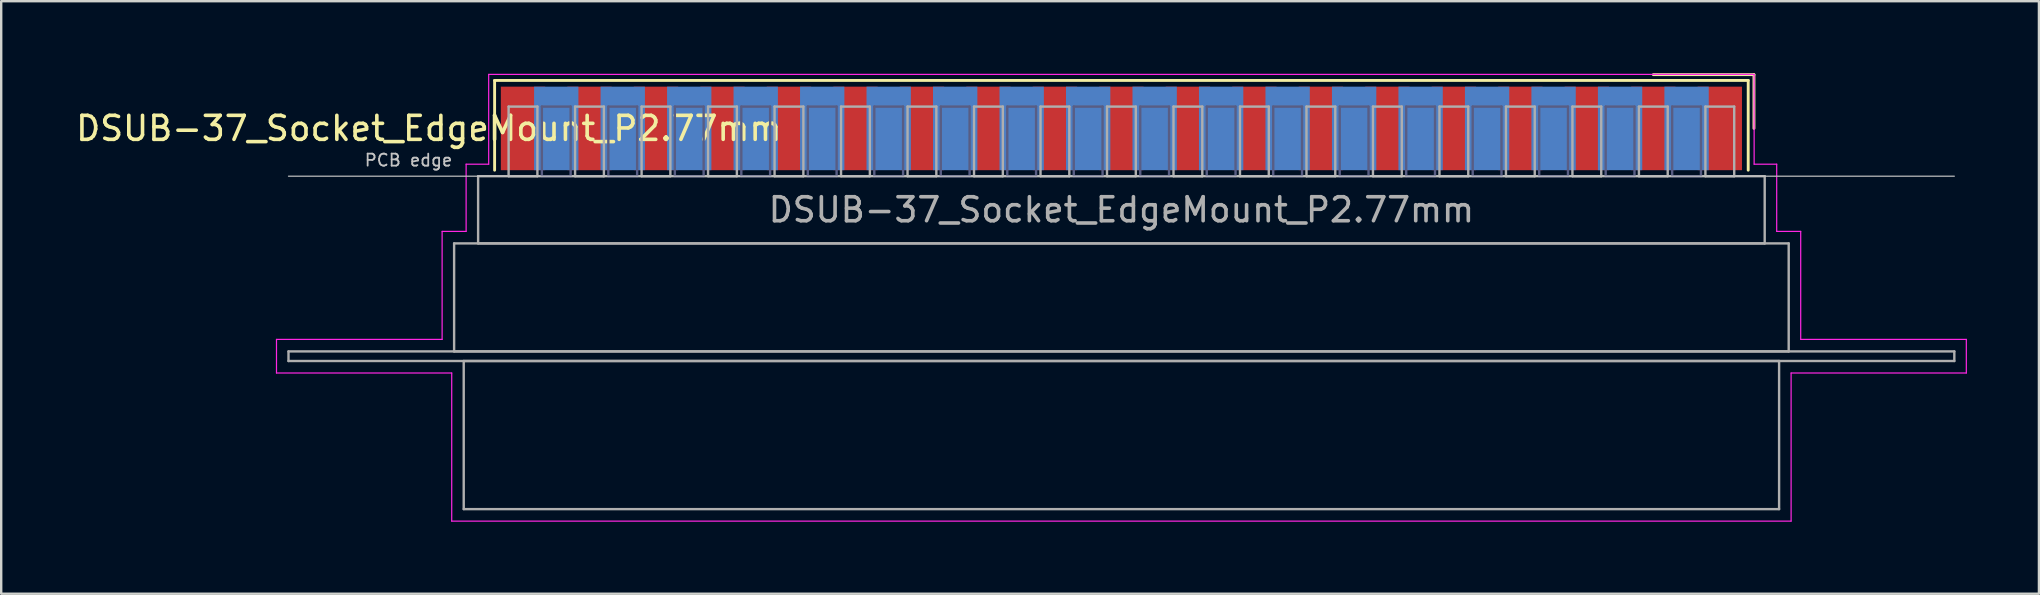
<source format=kicad_pcb>
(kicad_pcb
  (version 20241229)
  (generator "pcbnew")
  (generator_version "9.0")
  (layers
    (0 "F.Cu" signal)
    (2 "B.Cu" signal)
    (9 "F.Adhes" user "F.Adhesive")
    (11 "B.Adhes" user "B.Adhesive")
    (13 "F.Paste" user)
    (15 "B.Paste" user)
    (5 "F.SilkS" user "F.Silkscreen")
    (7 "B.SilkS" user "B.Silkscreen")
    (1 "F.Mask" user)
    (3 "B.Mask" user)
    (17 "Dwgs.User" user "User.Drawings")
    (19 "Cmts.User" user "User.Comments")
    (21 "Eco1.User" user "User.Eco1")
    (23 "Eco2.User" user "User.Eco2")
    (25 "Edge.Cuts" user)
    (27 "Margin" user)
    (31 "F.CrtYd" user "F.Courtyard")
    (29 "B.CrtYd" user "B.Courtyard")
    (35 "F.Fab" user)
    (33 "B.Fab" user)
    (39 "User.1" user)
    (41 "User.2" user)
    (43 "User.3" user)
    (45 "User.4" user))
  (footprint "DSUB-37_Socket_EdgeMount_P2.77mm"
    (layer "F.Cu")
    (at 43.669 2.3)
    (property "Reference" "DSUB-37_Socket_EdgeMount_P2.77mm" (at -28.853 0 0) (layer "F.SilkS") (effects (font (size 1 1) (thickness 0.15))))
    (attr smd)
    (fp_line (start -26.113 -2) (end -26.113 1.74) (stroke (width 0.12) (type solid)) (layer "F.SilkS"))
    (fp_line (start 26.113 -2) (end -26.113 -2) (stroke (width 0.12) (type solid)) (layer "F.SilkS"))
    (fp_line (start 26.113 1.74) (end 26.113 -2) (stroke (width 0.12) (type solid)) (layer "F.SilkS"))
    (fp_line (start 26.353 -2.24) (end 22.16 -2.24) (stroke (width 0.12) (type solid)) (layer "F.SilkS"))
    (fp_line (start 26.353 0) (end 26.353 -2.24) (stroke (width 0.12) (type solid)) (layer "F.SilkS"))
    (fp_line (start -34.7 1.99) (end 34.7 1.99) (stroke (width 0.05) (type solid)) (layer "Dwgs.User"))
    (fp_line (start -35.2 8.79) (end -28.3 8.79) (stroke (width 0.05) (type solid)) (layer "F.CrtYd"))
    (fp_line (start -35.2 10.19) (end -35.2 8.79) (stroke (width 0.05) (type solid)) (layer "F.CrtYd"))
    (fp_line (start -28.3 4.29) (end -27.3 4.29) (stroke (width 0.05) (type solid)) (layer "F.CrtYd"))
    (fp_line (start -28.3 8.79) (end -28.3 4.29) (stroke (width 0.05) (type solid)) (layer "F.CrtYd"))
    (fp_line (start -27.9 10.19) (end -35.2 10.19) (stroke (width 0.05) (type solid)) (layer "F.CrtYd"))
    (fp_line (start -27.9 16.36) (end -27.9 10.19) (stroke (width 0.05) (type solid)) (layer "F.CrtYd"))
    (fp_line (start -27.3 1.49) (end -26.36 1.49) (stroke (width 0.05) (type solid)) (layer "F.CrtYd"))
    (fp_line (start -27.3 4.29) (end -27.3 1.49) (stroke (width 0.05) (type solid)) (layer "F.CrtYd"))
    (fp_line (start -26.36 -2.25) (end 26.36 -2.25) (stroke (width 0.05) (type solid)) (layer "F.CrtYd"))
    (fp_line (start -26.36 1.49) (end -26.36 -2.25) (stroke (width 0.05) (type solid)) (layer "F.CrtYd"))
    (fp_line (start 26.36 -2.25) (end 26.36 1.49) (stroke (width 0.05) (type solid)) (layer "F.CrtYd"))
    (fp_line (start 26.36 1.49) (end 27.3 1.49) (stroke (width 0.05) (type solid)) (layer "F.CrtYd"))
    (fp_line (start 27.3 1.49) (end 27.3 4.29) (stroke (width 0.05) (type solid)) (layer "F.CrtYd"))
    (fp_line (start 27.3 4.29) (end 28.3 4.29) (stroke (width 0.05) (type solid)) (layer "F.CrtYd"))
    (fp_line (start 27.9 10.19) (end 27.9 16.36) (stroke (width 0.05) (type solid)) (layer "F.CrtYd"))
    (fp_line (start 27.9 16.36) (end -27.9 16.36) (stroke (width 0.05) (type solid)) (layer "F.CrtYd"))
    (fp_line (start 28.3 4.29) (end 28.3 8.79) (stroke (width 0.05) (type solid)) (layer "F.CrtYd"))
    (fp_line (start 28.3 8.79) (end 35.2 8.79) (stroke (width 0.05) (type solid)) (layer "F.CrtYd"))
    (fp_line (start 35.2 8.79) (end 35.2 10.19) (stroke (width 0.05) (type solid)) (layer "F.CrtYd"))
    (fp_line (start 35.2 10.19) (end 27.9 10.19) (stroke (width 0.05) (type solid)) (layer "F.CrtYd"))
    (fp_line (start -24.145 -0.91) (end -24.145 1.99) (stroke (width 0.1) (type solid)) (layer "B.Fab"))
    (fp_line (start -24.145 1.99) (end -22.945 1.99) (stroke (width 0.1) (type solid)) (layer "B.Fab"))
    (fp_line (start -22.945 -0.91) (end -24.145 -0.91) (stroke (width 0.1) (type solid)) (layer "B.Fab"))
    (fp_line (start -22.945 1.99) (end -22.945 -0.91) (stroke (width 0.1) (type solid)) (layer "B.Fab"))
    (fp_line (start -21.375 -0.91) (end -21.375 1.99) (stroke (width 0.1) (type solid)) (layer "B.Fab"))
    (fp_line (start -21.375 1.99) (end -20.175 1.99) (stroke (width 0.1) (type solid)) (layer "B.Fab"))
    (fp_line (start -20.175 -0.91) (end -21.375 -0.91) (stroke (width 0.1) (type solid)) (layer "B.Fab"))
    (fp_line (start -20.175 1.99) (end -20.175 -0.91) (stroke (width 0.1) (type solid)) (layer "B.Fab"))
    (fp_line (start -18.605 -0.91) (end -18.605 1.99) (stroke (width 0.1) (type solid)) (layer "B.Fab"))
    (fp_line (start -18.605 1.99) (end -17.405 1.99) (stroke (width 0.1) (type solid)) (layer "B.Fab"))
    (fp_line (start -17.405 -0.91) (end -18.605 -0.91) (stroke (width 0.1) (type solid)) (layer "B.Fab"))
    (fp_line (start -17.405 1.99) (end -17.405 -0.91) (stroke (width 0.1) (type solid)) (layer "B.Fab"))
    (fp_line (start -15.835 -0.91) (end -15.835 1.99) (stroke (width 0.1) (type solid)) (layer "B.Fab"))
    (fp_line (start -15.835 1.99) (end -14.635 1.99) (stroke (width 0.1) (type solid)) (layer "B.Fab"))
    (fp_line (start -14.635 -0.91) (end -15.835 -0.91) (stroke (width 0.1) (type solid)) (layer "B.Fab"))
    (fp_line (start -14.635 1.99) (end -14.635 -0.91) (stroke (width 0.1) (type solid)) (layer "B.Fab"))
    (fp_line (start -13.065 -0.91) (end -13.065 1.99) (stroke (width 0.1) (type solid)) (layer "B.Fab"))
    (fp_line (start -13.065 1.99) (end -11.865 1.99) (stroke (width 0.1) (type solid)) (layer "B.Fab"))
    (fp_line (start -11.865 -0.91) (end -13.065 -0.91) (stroke (width 0.1) (type solid)) (layer "B.Fab"))
    (fp_line (start -11.865 1.99) (end -11.865 -0.91) (stroke (width 0.1) (type solid)) (layer "B.Fab"))
    (fp_line (start -10.295 -0.91) (end -10.295 1.99) (stroke (width 0.1) (type solid)) (layer "B.Fab"))
    (fp_line (start -10.295 1.99) (end -9.095 1.99) (stroke (width 0.1) (type solid)) (layer "B.Fab"))
    (fp_line (start -9.095 -0.91) (end -10.295 -0.91) (stroke (width 0.1) (type solid)) (layer "B.Fab"))
    (fp_line (start -9.095 1.99) (end -9.095 -0.91) (stroke (width 0.1) (type solid)) (layer "B.Fab"))
    (fp_line (start -7.525 -0.91) (end -7.525 1.99) (stroke (width 0.1) (type solid)) (layer "B.Fab"))
    (fp_line (start -7.525 1.99) (end -6.325 1.99) (stroke (width 0.1) (type solid)) (layer "B.Fab"))
    (fp_line (start -6.325 -0.91) (end -7.525 -0.91) (stroke (width 0.1) (type solid)) (layer "B.Fab"))
    (fp_line (start -6.325 1.99) (end -6.325 -0.91) (stroke (width 0.1) (type solid)) (layer "B.Fab"))
    (fp_line (start -4.755 -0.91) (end -4.755 1.99) (stroke (width 0.1) (type solid)) (layer "B.Fab"))
    (fp_line (start -4.755 1.99) (end -3.555 1.99) (stroke (width 0.1) (type solid)) (layer "B.Fab"))
    (fp_line (start -3.555 -0.91) (end -4.755 -0.91) (stroke (width 0.1) (type solid)) (layer "B.Fab"))
    (fp_line (start -3.555 1.99) (end -3.555 -0.91) (stroke (width 0.1) (type solid)) (layer "B.Fab"))
    (fp_line (start -1.985 -0.91) (end -1.985 1.99) (stroke (width 0.1) (type solid)) (layer "B.Fab"))
    (fp_line (start -1.985 1.99) (end -0.785 1.99) (stroke (width 0.1) (type solid)) (layer "B.Fab"))
    (fp_line (start -0.785 -0.91) (end -1.985 -0.91) (stroke (width 0.1) (type solid)) (layer "B.Fab"))
    (fp_line (start -0.785 1.99) (end -0.785 -0.91) (stroke (width 0.1) (type solid)) (layer "B.Fab"))
    (fp_line (start 0.785 -0.91) (end 0.785 1.99) (stroke (width 0.1) (type solid)) (layer "B.Fab"))
    (fp_line (start 0.785 1.99) (end 1.985 1.99) (stroke (width 0.1) (type solid)) (layer "B.Fab"))
    (fp_line (start 1.985 -0.91) (end 0.785 -0.91) (stroke (width 0.1) (type solid)) (layer "B.Fab"))
    (fp_line (start 1.985 1.99) (end 1.985 -0.91) (stroke (width 0.1) (type solid)) (layer "B.Fab"))
    (fp_line (start 3.555 -0.91) (end 3.555 1.99) (stroke (width 0.1) (type solid)) (layer "B.Fab"))
    (fp_line (start 3.555 1.99) (end 4.755 1.99) (stroke (width 0.1) (type solid)) (layer "B.Fab"))
    (fp_line (start 4.755 -0.91) (end 3.555 -0.91) (stroke (width 0.1) (type solid)) (layer "B.Fab"))
    (fp_line (start 4.755 1.99) (end 4.755 -0.91) (stroke (width 0.1) (type solid)) (layer "B.Fab"))
    (fp_line (start 6.325 -0.91) (end 6.325 1.99) (stroke (width 0.1) (type solid)) (layer "B.Fab"))
    (fp_line (start 6.325 1.99) (end 7.525 1.99) (stroke (width 0.1) (type solid)) (layer "B.Fab"))
    (fp_line (start 7.525 -0.91) (end 6.325 -0.91) (stroke (width 0.1) (type solid)) (layer "B.Fab"))
    (fp_line (start 7.525 1.99) (end 7.525 -0.91) (stroke (width 0.1) (type solid)) (layer "B.Fab"))
    (fp_line (start 9.095 -0.91) (end 9.095 1.99) (stroke (width 0.1) (type solid)) (layer "B.Fab"))
    (fp_line (start 9.095 1.99) (end 10.295 1.99) (stroke (width 0.1) (type solid)) (layer "B.Fab"))
    (fp_line (start 10.295 -0.91) (end 9.095 -0.91) (stroke (width 0.1) (type solid)) (layer "B.Fab"))
    (fp_line (start 10.295 1.99) (end 10.295 -0.91) (stroke (width 0.1) (type solid)) (layer "B.Fab"))
    (fp_line (start 11.865 -0.91) (end 11.865 1.99) (stroke (width 0.1) (type solid)) (layer "B.Fab"))
    (fp_line (start 11.865 1.99) (end 13.065 1.99) (stroke (width 0.1) (type solid)) (layer "B.Fab"))
    (fp_line (start 13.065 -0.91) (end 11.865 -0.91) (stroke (width 0.1) (type solid)) (layer "B.Fab"))
    (fp_line (start 13.065 1.99) (end 13.065 -0.91) (stroke (width 0.1) (type solid)) (layer "B.Fab"))
    (fp_line (start 14.635 -0.91) (end 14.635 1.99) (stroke (width 0.1) (type solid)) (layer "B.Fab"))
    (fp_line (start 14.635 1.99) (end 15.835 1.99) (stroke (width 0.1) (type solid)) (layer "B.Fab"))
    (fp_line (start 15.835 -0.91) (end 14.635 -0.91) (stroke (width 0.1) (type solid)) (layer "B.Fab"))
    (fp_line (start 15.835 1.99) (end 15.835 -0.91) (stroke (width 0.1) (type solid)) (layer "B.Fab"))
    (fp_line (start 17.405 -0.91) (end 17.405 1.99) (stroke (width 0.1) (type solid)) (layer "B.Fab"))
    (fp_line (start 17.405 1.99) (end 18.605 1.99) (stroke (width 0.1) (type solid)) (layer "B.Fab"))
    (fp_line (start 18.605 -0.91) (end 17.405 -0.91) (stroke (width 0.1) (type solid)) (layer "B.Fab"))
    (fp_line (start 18.605 1.99) (end 18.605 -0.91) (stroke (width 0.1) (type solid)) (layer "B.Fab"))
    (fp_line (start 20.175 -0.91) (end 20.175 1.99) (stroke (width 0.1) (type solid)) (layer "B.Fab"))
    (fp_line (start 20.175 1.99) (end 21.375 1.99) (stroke (width 0.1) (type solid)) (layer "B.Fab"))
    (fp_line (start 21.375 -0.91) (end 20.175 -0.91) (stroke (width 0.1) (type solid)) (layer "B.Fab"))
    (fp_line (start 21.375 1.99) (end 21.375 -0.91) (stroke (width 0.1) (type solid)) (layer "B.Fab"))
    (fp_line (start 22.945 -0.91) (end 22.945 1.99) (stroke (width 0.1) (type solid)) (layer "B.Fab"))
    (fp_line (start 22.945 1.99) (end 24.145 1.99) (stroke (width 0.1) (type solid)) (layer "B.Fab"))
    (fp_line (start 24.145 -0.91) (end 22.945 -0.91) (stroke (width 0.1) (type solid)) (layer "B.Fab"))
    (fp_line (start 24.145 1.99) (end 24.145 -0.91) (stroke (width 0.1) (type solid)) (layer "B.Fab"))
    (fp_line (start -34.7 9.29) (end -34.7 9.69) (stroke (width 0.1) (type solid)) (layer "F.Fab"))
    (fp_line (start -34.7 9.69) (end 34.7 9.69) (stroke (width 0.1) (type solid)) (layer "F.Fab"))
    (fp_line (start -27.8 4.79) (end -27.8 9.29) (stroke (width 0.1) (type solid)) (layer "F.Fab"))
    (fp_line (start -27.8 9.29) (end 27.8 9.29) (stroke (width 0.1) (type solid)) (layer "F.Fab"))
    (fp_line (start -27.4 9.69) (end -27.4 15.86) (stroke (width 0.1) (type solid)) (layer "F.Fab"))
    (fp_line (start -27.4 15.86) (end 27.4 15.86) (stroke (width 0.1) (type solid)) (layer "F.Fab"))
    (fp_line (start -26.8 1.99) (end -26.8 4.79) (stroke (width 0.1) (type solid)) (layer "F.Fab"))
    (fp_line (start -26.8 4.79) (end 26.8 4.79) (stroke (width 0.1) (type solid)) (layer "F.Fab"))
    (fp_line (start -25.53 -0.91) (end -25.53 1.99) (stroke (width 0.1) (type solid)) (layer "F.Fab"))
    (fp_line (start -25.53 1.99) (end -24.33 1.99) (stroke (width 0.1) (type solid)) (layer "F.Fab"))
    (fp_line (start -24.33 -0.91) (end -25.53 -0.91) (stroke (width 0.1) (type solid)) (layer "F.Fab"))
    (fp_line (start -24.33 1.99) (end -24.33 -0.91) (stroke (width 0.1) (type solid)) (layer "F.Fab"))
    (fp_line (start -22.76 -0.91) (end -22.76 1.99) (stroke (width 0.1) (type solid)) (layer "F.Fab"))
    (fp_line (start -22.76 1.99) (end -21.56 1.99) (stroke (width 0.1) (type solid)) (layer "F.Fab"))
    (fp_line (start -21.56 -0.91) (end -22.76 -0.91) (stroke (width 0.1) (type solid)) (layer "F.Fab"))
    (fp_line (start -21.56 1.99) (end -21.56 -0.91) (stroke (width 0.1) (type solid)) (layer "F.Fab"))
    (fp_line (start -19.99 -0.91) (end -19.99 1.99) (stroke (width 0.1) (type solid)) (layer "F.Fab"))
    (fp_line (start -19.99 1.99) (end -18.79 1.99) (stroke (width 0.1) (type solid)) (layer "F.Fab"))
    (fp_line (start -18.79 -0.91) (end -19.99 -0.91) (stroke (width 0.1) (type solid)) (layer "F.Fab"))
    (fp_line (start -18.79 1.99) (end -18.79 -0.91) (stroke (width 0.1) (type solid)) (layer "F.Fab"))
    (fp_line (start -17.22 -0.91) (end -17.22 1.99) (stroke (width 0.1) (type solid)) (layer "F.Fab"))
    (fp_line (start -17.22 1.99) (end -16.02 1.99) (stroke (width 0.1) (type solid)) (layer "F.Fab"))
    (fp_line (start -16.02 -0.91) (end -17.22 -0.91) (stroke (width 0.1) (type solid)) (layer "F.Fab"))
    (fp_line (start -16.02 1.99) (end -16.02 -0.91) (stroke (width 0.1) (type solid)) (layer "F.Fab"))
    (fp_line (start -14.45 -0.91) (end -14.45 1.99) (stroke (width 0.1) (type solid)) (layer "F.Fab"))
    (fp_line (start -14.45 1.99) (end -13.25 1.99) (stroke (width 0.1) (type solid)) (layer "F.Fab"))
    (fp_line (start -13.25 -0.91) (end -14.45 -0.91) (stroke (width 0.1) (type solid)) (layer "F.Fab"))
    (fp_line (start -13.25 1.99) (end -13.25 -0.91) (stroke (width 0.1) (type solid)) (layer "F.Fab"))
    (fp_line (start -11.68 -0.91) (end -11.68 1.99) (stroke (width 0.1) (type solid)) (layer "F.Fab"))
    (fp_line (start -11.68 1.99) (end -10.48 1.99) (stroke (width 0.1) (type solid)) (layer "F.Fab"))
    (fp_line (start -10.48 -0.91) (end -11.68 -0.91) (stroke (width 0.1) (type solid)) (layer "F.Fab"))
    (fp_line (start -10.48 1.99) (end -10.48 -0.91) (stroke (width 0.1) (type solid)) (layer "F.Fab"))
    (fp_line (start -8.91 -0.91) (end -8.91 1.99) (stroke (width 0.1) (type solid)) (layer "F.Fab"))
    (fp_line (start -8.91 1.99) (end -7.71 1.99) (stroke (width 0.1) (type solid)) (layer "F.Fab"))
    (fp_line (start -7.71 -0.91) (end -8.91 -0.91) (stroke (width 0.1) (type solid)) (layer "F.Fab"))
    (fp_line (start -7.71 1.99) (end -7.71 -0.91) (stroke (width 0.1) (type solid)) (layer "F.Fab"))
    (fp_line (start -6.14 -0.91) (end -6.14 1.99) (stroke (width 0.1) (type solid)) (layer "F.Fab"))
    (fp_line (start -6.14 1.99) (end -4.94 1.99) (stroke (width 0.1) (type solid)) (layer "F.Fab"))
    (fp_line (start -4.94 -0.91) (end -6.14 -0.91) (stroke (width 0.1) (type solid)) (layer "F.Fab"))
    (fp_line (start -4.94 1.99) (end -4.94 -0.91) (stroke (width 0.1) (type solid)) (layer "F.Fab"))
    (fp_line (start -3.37 -0.91) (end -3.37 1.99) (stroke (width 0.1) (type solid)) (layer "F.Fab"))
    (fp_line (start -3.37 1.99) (end -2.17 1.99) (stroke (width 0.1) (type solid)) (layer "F.Fab"))
    (fp_line (start -2.17 -0.91) (end -3.37 -0.91) (stroke (width 0.1) (type solid)) (layer "F.Fab"))
    (fp_line (start -2.17 1.99) (end -2.17 -0.91) (stroke (width 0.1) (type solid)) (layer "F.Fab"))
    (fp_line (start -0.6 -0.91) (end -0.6 1.99) (stroke (width 0.1) (type solid)) (layer "F.Fab"))
    (fp_line (start -0.6 1.99) (end 0.6 1.99) (stroke (width 0.1) (type solid)) (layer "F.Fab"))
    (fp_line (start 0.6 -0.91) (end -0.6 -0.91) (stroke (width 0.1) (type solid)) (layer "F.Fab"))
    (fp_line (start 0.6 1.99) (end 0.6 -0.91) (stroke (width 0.1) (type solid)) (layer "F.Fab"))
    (fp_line (start 2.17 -0.91) (end 2.17 1.99) (stroke (width 0.1) (type solid)) (layer "F.Fab"))
    (fp_line (start 2.17 1.99) (end 3.37 1.99) (stroke (width 0.1) (type solid)) (layer "F.Fab"))
    (fp_line (start 3.37 -0.91) (end 2.17 -0.91) (stroke (width 0.1) (type solid)) (layer "F.Fab"))
    (fp_line (start 3.37 1.99) (end 3.37 -0.91) (stroke (width 0.1) (type solid)) (layer "F.Fab"))
    (fp_line (start 4.94 -0.91) (end 4.94 1.99) (stroke (width 0.1) (type solid)) (layer "F.Fab"))
    (fp_line (start 4.94 1.99) (end 6.14 1.99) (stroke (width 0.1) (type solid)) (layer "F.Fab"))
    (fp_line (start 6.14 -0.91) (end 4.94 -0.91) (stroke (width 0.1) (type solid)) (layer "F.Fab"))
    (fp_line (start 6.14 1.99) (end 6.14 -0.91) (stroke (width 0.1) (type solid)) (layer "F.Fab"))
    (fp_line (start 7.71 -0.91) (end 7.71 1.99) (stroke (width 0.1) (type solid)) (layer "F.Fab"))
    (fp_line (start 7.71 1.99) (end 8.91 1.99) (stroke (width 0.1) (type solid)) (layer "F.Fab"))
    (fp_line (start 8.91 -0.91) (end 7.71 -0.91) (stroke (width 0.1) (type solid)) (layer "F.Fab"))
    (fp_line (start 8.91 1.99) (end 8.91 -0.91) (stroke (width 0.1) (type solid)) (layer "F.Fab"))
    (fp_line (start 10.48 -0.91) (end 10.48 1.99) (stroke (width 0.1) (type solid)) (layer "F.Fab"))
    (fp_line (start 10.48 1.99) (end 11.68 1.99) (stroke (width 0.1) (type solid)) (layer "F.Fab"))
    (fp_line (start 11.68 -0.91) (end 10.48 -0.91) (stroke (width 0.1) (type solid)) (layer "F.Fab"))
    (fp_line (start 11.68 1.99) (end 11.68 -0.91) (stroke (width 0.1) (type solid)) (layer "F.Fab"))
    (fp_line (start 13.25 -0.91) (end 13.25 1.99) (stroke (width 0.1) (type solid)) (layer "F.Fab"))
    (fp_line (start 13.25 1.99) (end 14.45 1.99) (stroke (width 0.1) (type solid)) (layer "F.Fab"))
    (fp_line (start 14.45 -0.91) (end 13.25 -0.91) (stroke (width 0.1) (type solid)) (layer "F.Fab"))
    (fp_line (start 14.45 1.99) (end 14.45 -0.91) (stroke (width 0.1) (type solid)) (layer "F.Fab"))
    (fp_line (start 16.02 -0.91) (end 16.02 1.99) (stroke (width 0.1) (type solid)) (layer "F.Fab"))
    (fp_line (start 16.02 1.99) (end 17.22 1.99) (stroke (width 0.1) (type solid)) (layer "F.Fab"))
    (fp_line (start 17.22 -0.91) (end 16.02 -0.91) (stroke (width 0.1) (type solid)) (layer "F.Fab"))
    (fp_line (start 17.22 1.99) (end 17.22 -0.91) (stroke (width 0.1) (type solid)) (layer "F.Fab"))
    (fp_line (start 18.79 -0.91) (end 18.79 1.99) (stroke (width 0.1) (type solid)) (layer "F.Fab"))
    (fp_line (start 18.79 1.99) (end 19.99 1.99) (stroke (width 0.1) (type solid)) (layer "F.Fab"))
    (fp_line (start 19.99 -0.91) (end 18.79 -0.91) (stroke (width 0.1) (type solid)) (layer "F.Fab"))
    (fp_line (start 19.99 1.99) (end 19.99 -0.91) (stroke (width 0.1) (type solid)) (layer "F.Fab"))
    (fp_line (start 21.56 -0.91) (end 21.56 1.99) (stroke (width 0.1) (type solid)) (layer "F.Fab"))
    (fp_line (start 21.56 1.99) (end 22.76 1.99) (stroke (width 0.1) (type solid)) (layer "F.Fab"))
    (fp_line (start 22.76 -0.91) (end 21.56 -0.91) (stroke (width 0.1) (type solid)) (layer "F.Fab"))
    (fp_line (start 22.76 1.99) (end 22.76 -0.91) (stroke (width 0.1) (type solid)) (layer "F.Fab"))
    (fp_line (start 24.33 -0.91) (end 24.33 1.99) (stroke (width 0.1) (type solid)) (layer "F.Fab"))
    (fp_line (start 24.33 1.99) (end 25.53 1.99) (stroke (width 0.1) (type solid)) (layer "F.Fab"))
    (fp_line (start 25.53 -0.91) (end 24.33 -0.91) (stroke (width 0.1) (type solid)) (layer "F.Fab"))
    (fp_line (start 25.53 1.99) (end 25.53 -0.91) (stroke (width 0.1) (type solid)) (layer "F.Fab"))
    (fp_line (start 26.8 1.99) (end -26.8 1.99) (stroke (width 0.1) (type solid)) (layer "F.Fab"))
    (fp_line (start 26.8 4.79) (end 26.8 1.99) (stroke (width 0.1) (type solid)) (layer "F.Fab"))
    (fp_line (start 27.4 9.69) (end -27.4 9.69) (stroke (width 0.1) (type solid)) (layer "F.Fab"))
    (fp_line (start 27.4 15.86) (end 27.4 9.69) (stroke (width 0.1) (type solid)) (layer "F.Fab"))
    (fp_line (start 27.8 4.79) (end -27.8 4.79) (stroke (width 0.1) (type solid)) (layer "F.Fab"))
    (fp_line (start 27.8 9.29) (end 27.8 4.79) (stroke (width 0.1) (type solid)) (layer "F.Fab"))
    (fp_line (start 34.7 9.29) (end -34.7 9.29) (stroke (width 0.1) (type solid)) (layer "F.Fab"))
    (fp_line (start 34.7 9.69) (end 34.7 9.29) (stroke (width 0.1) (type solid)) (layer "F.Fab"))
    (fp_text user "PCB edge" (at -29.7 1.323 0) (layer "Dwgs.User") (effects (font (size 0.5 0.5) (thickness 0.075))))
    (fp_text user "${REFERENCE}" (at 0 3.39 0) (layer "F.Fab") (effects (font (size 1 1) (thickness 0.15))))
    (pad "1" smd rect (at 24.93 0) (size 1.847 3.48) (layers "F.Cu" "F.Mask" "F.Paste"))
    (pad "2" smd rect (at 22.16 0) (size 1.847 3.48) (layers "F.Cu" "F.Mask" "F.Paste"))
    (pad "3" smd rect (at 19.39 0) (size 1.847 3.48) (layers "F.Cu" "F.Mask" "F.Paste"))
    (pad "4" smd rect (at 16.62 0) (size 1.847 3.48) (layers "F.Cu" "F.Mask" "F.Paste"))
    (pad "5" smd rect (at 13.85 0) (size 1.847 3.48) (layers "F.Cu" "F.Mask" "F.Paste"))
    (pad "6" smd rect (at 11.08 0) (size 1.847 3.48) (layers "F.Cu" "F.Mask" "F.Paste"))
    (pad "7" smd rect (at 8.31 0) (size 1.847 3.48) (layers "F.Cu" "F.Mask" "F.Paste"))
    (pad "8" smd rect (at 5.54 0) (size 1.847 3.48) (layers "F.Cu" "F.Mask" "F.Paste"))
    (pad "9" smd rect (at 2.77 0) (size 1.847 3.48) (layers "F.Cu" "F.Mask" "F.Paste"))
    (pad "10" smd rect (at 0 0) (size 1.847 3.48) (layers "F.Cu" "F.Mask" "F.Paste"))
    (pad "11" smd rect (at -2.77 0) (size 1.847 3.48) (layers "F.Cu" "F.Mask" "F.Paste"))
    (pad "12" smd rect (at -5.54 0) (size 1.847 3.48) (layers "F.Cu" "F.Mask" "F.Paste"))
    (pad "13" smd rect (at -8.31 0) (size 1.847 3.48) (layers "F.Cu" "F.Mask" "F.Paste"))
    (pad "14" smd rect (at -11.08 0) (size 1.847 3.48) (layers "F.Cu" "F.Mask" "F.Paste"))
    (pad "15" smd rect (at -13.85 0) (size 1.847 3.48) (layers "F.Cu" "F.Mask" "F.Paste"))
    (pad "16" smd rect (at -16.62 0) (size 1.847 3.48) (layers "F.Cu" "F.Mask" "F.Paste"))
    (pad "17" smd rect (at -19.39 0) (size 1.847 3.48) (layers "F.Cu" "F.Mask" "F.Paste"))
    (pad "18" smd rect (at -22.16 0) (size 1.847 3.48) (layers "F.Cu" "F.Mask" "F.Paste"))
    (pad "19" smd rect (at -24.93 0) (size 1.847 3.48) (layers "F.Cu" "F.Mask" "F.Paste"))
    (pad "20" smd rect (at 23.545 0) (size 1.847 3.48) (layers "B.Cu" "B.Mask" "B.Paste"))
    (pad "21" smd rect (at 20.775 0) (size 1.847 3.48) (layers "B.Cu" "B.Mask" "B.Paste"))
    (pad "22" smd rect (at 18.005 0) (size 1.847 3.48) (layers "B.Cu" "B.Mask" "B.Paste"))
    (pad "23" smd rect (at 15.235 0) (size 1.847 3.48) (layers "B.Cu" "B.Mask" "B.Paste"))
    (pad "24" smd rect (at 12.465 0) (size 1.847 3.48) (layers "B.Cu" "B.Mask" "B.Paste"))
    (pad "25" smd rect (at 9.695 0) (size 1.847 3.48) (layers "B.Cu" "B.Mask" "B.Paste"))
    (pad "26" smd rect (at 6.925 0) (size 1.847 3.48) (layers "B.Cu" "B.Mask" "B.Paste"))
    (pad "27" smd rect (at 4.155 0) (size 1.847 3.48) (layers "B.Cu" "B.Mask" "B.Paste"))
    (pad "28" smd rect (at 1.385 0) (size 1.847 3.48) (layers "B.Cu" "B.Mask" "B.Paste"))
    (pad "29" smd rect (at -1.385 0) (size 1.847 3.48) (layers "B.Cu" "B.Mask" "B.Paste"))
    (pad "30" smd rect (at -4.155 0) (size 1.847 3.48) (layers "B.Cu" "B.Mask" "B.Paste"))
    (pad "31" smd rect (at -6.925 0) (size 1.847 3.48) (layers "B.Cu" "B.Mask" "B.Paste"))
    (pad "32" smd rect (at -9.695 0) (size 1.847 3.48) (layers "B.Cu" "B.Mask" "B.Paste"))
    (pad "33" smd rect (at -12.465 0) (size 1.847 3.48) (layers "B.Cu" "B.Mask" "B.Paste"))
    (pad "34" smd rect (at -15.235 0) (size 1.847 3.48) (layers "B.Cu" "B.Mask" "B.Paste"))
    (pad "35" smd rect (at -18.005 0) (size 1.847 3.48) (layers "B.Cu" "B.Mask" "B.Paste"))
    (pad "36" smd rect (at -20.775 0) (size 1.847 3.48) (layers "B.Cu" "B.Mask" "B.Paste"))
    (pad "37" smd rect (at -23.545 0) (size 1.847 3.48) (layers "B.Cu" "B.Mask" "B.Paste")))
  (gr_rect
    (start -3 -3)
    (end 81.894 21.685)
    (stroke (width 0.1) (type default))
    (fill no)
    (layer "Edge.Cuts")))
</source>
